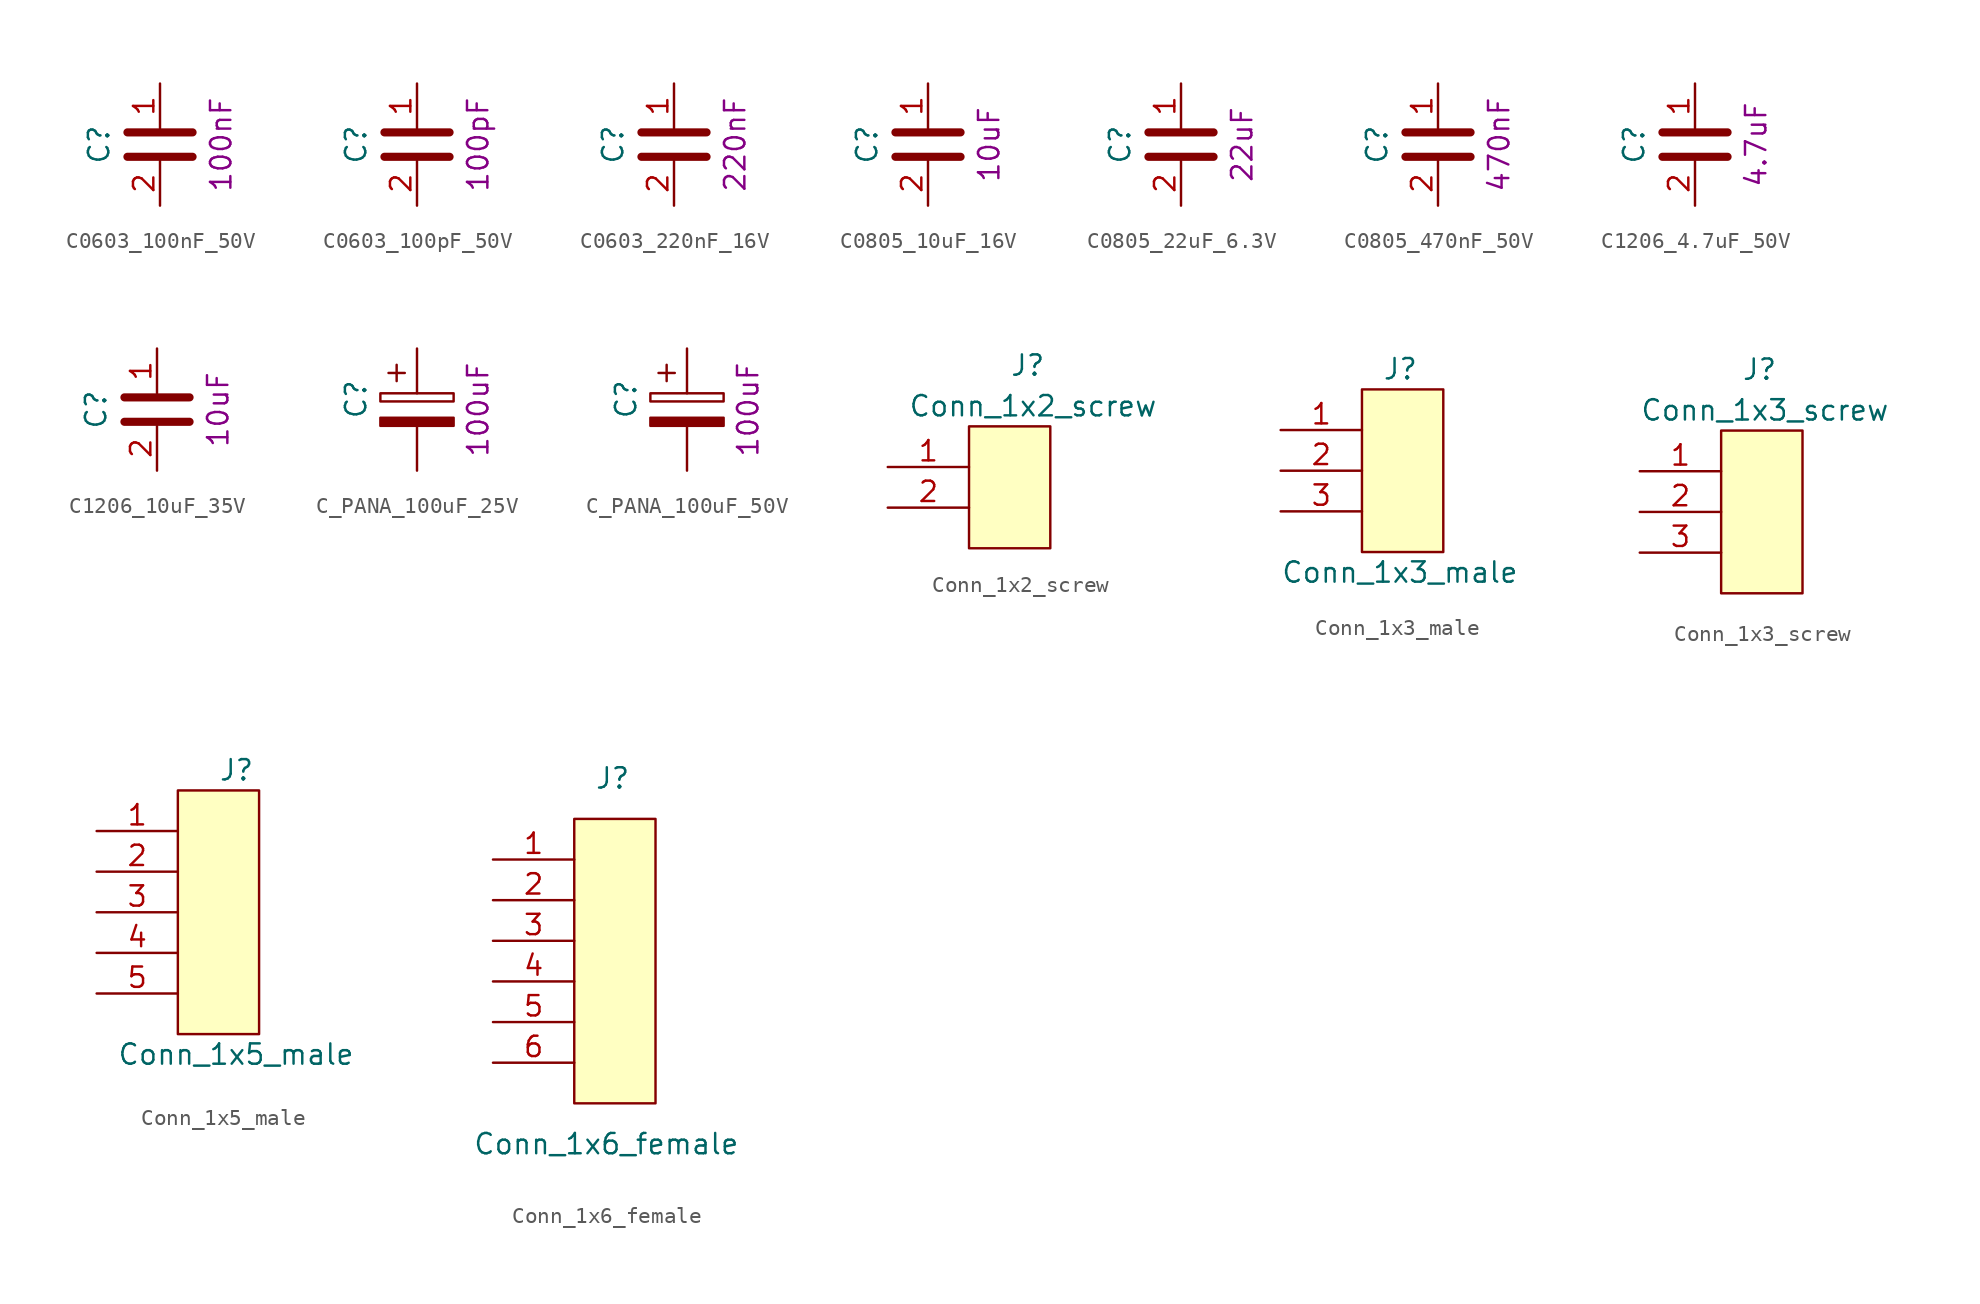
<source format=kicad_sym>
(kicad_symbol_lib
  (version 20220914)
  (generator kicad_symbol_editor)
  (symbol "C0603_100nF_50V"
    (pin_names
      (offset 1.016))
    (property "Reference" "C"
      (at -3.81 0 90)
      (effects (font (size 1.27 1.27))))
    (property "Val" "100nF"
      (at 3.81 0 90)
      (effects (font (size 1.27 1.27))))
    (symbol "C0603_100nF_50V_1_1"
      (polyline (pts (xy -2.032 -0.762) (xy 2.032 -0.762)) (stroke (width 0.508) (type solid)) (fill (type none)))
      (polyline (pts (xy -2.032 0.762) (xy 2.032 0.762)) (stroke (width 0.508) (type solid)) (fill (type none)))
      (pin passive line (at 0 3.81 270) (length 2.794) (name "~" (effects (font (size 1.27 1.27)))) (number "1" (effects (font (size 1.27 1.27)))))
      (pin passive line (at 0 -3.81 90) (length 2.794) (name "~" (effects (font (size 1.27 1.27)))) (number "2" (effects (font (size 1.27 1.27)))))))
  (symbol "C0603_100pF_50V"
    (pin_names
      (offset 1.016))
    (property "Reference" "C"
      (at -3.81 0 90)
      (effects (font (size 1.27 1.27))))
    (property "Val" "100pF"
      (at 3.81 0 90)
      (effects (font (size 1.27 1.27))))
    (symbol "C0603_100pF_50V_1_1"
      (polyline (pts (xy -2.032 -0.762) (xy 2.032 -0.762)) (stroke (width 0.508) (type solid)) (fill (type none)))
      (polyline (pts (xy -2.032 0.762) (xy 2.032 0.762)) (stroke (width 0.508) (type solid)) (fill (type none)))
      (pin passive line (at 0 3.81 270) (length 2.794) (name "~" (effects (font (size 1.27 1.27)))) (number "1" (effects (font (size 1.27 1.27)))))
      (pin passive line (at 0 -3.81 90) (length 2.794) (name "~" (effects (font (size 1.27 1.27)))) (number "2" (effects (font (size 1.27 1.27)))))))
  (symbol "C0603_220nF_16V"
    (pin_names
      (offset 1.016))
    (property "Reference" "C"
      (at -3.81 0 90)
      (effects (font (size 1.27 1.27))))
    (property "Val" "220nF"
      (at 3.81 0 90)
      (effects (font (size 1.27 1.27))))
    (symbol "C0603_220nF_16V_1_1"
      (polyline (pts (xy -2.032 -0.762) (xy 2.032 -0.762)) (stroke (width 0.508) (type solid)) (fill (type none)))
      (polyline (pts (xy -2.032 0.762) (xy 2.032 0.762)) (stroke (width 0.508) (type solid)) (fill (type none)))
      (pin passive line (at 0 3.81 270) (length 2.794) (name "~" (effects (font (size 1.27 1.27)))) (number "1" (effects (font (size 1.27 1.27)))))
      (pin passive line (at 0 -3.81 90) (length 2.794) (name "~" (effects (font (size 1.27 1.27)))) (number "2" (effects (font (size 1.27 1.27)))))))
  (symbol "C0805_10uF_16V"
    (pin_names
      (offset 1.016))
    (property "Reference" "C"
      (at -3.81 0 90)
      (effects (font (size 1.27 1.27))))
    (property "Val" "10uF"
      (at 3.81 0 90)
      (effects (font (size 1.27 1.27))))
    (symbol "C0805_10uF_16V_1_1"
      (polyline (pts (xy -2.032 -0.762) (xy 2.032 -0.762)) (stroke (width 0.508) (type solid)) (fill (type none)))
      (polyline (pts (xy -2.032 0.762) (xy 2.032 0.762)) (stroke (width 0.508) (type solid)) (fill (type none)))
      (pin passive line (at 0 3.81 270) (length 2.794) (name "~" (effects (font (size 1.27 1.27)))) (number "1" (effects (font (size 1.27 1.27)))))
      (pin passive line (at 0 -3.81 90) (length 2.794) (name "~" (effects (font (size 1.27 1.27)))) (number "2" (effects (font (size 1.27 1.27)))))))
  (symbol "C0805_22uF_6.3V"
    (pin_names
      (offset 1.016))
    (property "Reference" "C"
      (at -3.81 0 90)
      (effects (font (size 1.27 1.27))))
    (property "Val" "22uF"
      (at 3.81 0 90)
      (effects (font (size 1.27 1.27))))
    (symbol "C0805_22uF_6.3V_1_1"
      (polyline (pts (xy -2.032 -0.762) (xy 2.032 -0.762)) (stroke (width 0.508) (type solid)) (fill (type none)))
      (polyline (pts (xy -2.032 0.762) (xy 2.032 0.762)) (stroke (width 0.508) (type solid)) (fill (type none)))
      (pin passive line (at 0 3.81 270) (length 2.794) (name "~" (effects (font (size 1.27 1.27)))) (number "1" (effects (font (size 1.27 1.27)))))
      (pin passive line (at 0 -3.81 90) (length 2.794) (name "~" (effects (font (size 1.27 1.27)))) (number "2" (effects (font (size 1.27 1.27)))))))
  (symbol "C0805_470nF_50V"
    (pin_names
      (offset 1.016))
    (property "Reference" "C"
      (at -3.81 0 90)
      (effects (font (size 1.27 1.27))))
    (property "Val" "470nF"
      (at 3.81 0 90)
      (effects (font (size 1.27 1.27))))
    (symbol "C0805_470nF_50V_1_1"
      (polyline (pts (xy -2.032 -0.762) (xy 2.032 -0.762)) (stroke (width 0.508) (type solid)) (fill (type none)))
      (polyline (pts (xy -2.032 0.762) (xy 2.032 0.762)) (stroke (width 0.508) (type solid)) (fill (type none)))
      (pin passive line (at 0 3.81 270) (length 2.794) (name "~" (effects (font (size 1.27 1.27)))) (number "1" (effects (font (size 1.27 1.27)))))
      (pin passive line (at 0 -3.81 90) (length 2.794) (name "~" (effects (font (size 1.27 1.27)))) (number "2" (effects (font (size 1.27 1.27)))))))
  (symbol "C1206_4.7uF_50V"
    (pin_names
      (offset 1.016))
    (property "Reference" "C"
      (at -3.81 0 90)
      (effects (font (size 1.27 1.27))))
    (property "Val" "4.7uF"
      (at 3.81 0 90)
      (effects (font (size 1.27 1.27))))
    (symbol "C1206_4.7uF_50V_1_1"
      (polyline (pts (xy -2.032 -0.762) (xy 2.032 -0.762)) (stroke (width 0.508) (type solid)) (fill (type none)))
      (polyline (pts (xy -2.032 0.762) (xy 2.032 0.762)) (stroke (width 0.508) (type solid)) (fill (type none)))
      (pin passive line (at 0 3.81 270) (length 2.794) (name "~" (effects (font (size 1.27 1.27)))) (number "1" (effects (font (size 1.27 1.27)))))
      (pin passive line (at 0 -3.81 90) (length 2.794) (name "~" (effects (font (size 1.27 1.27)))) (number "2" (effects (font (size 1.27 1.27)))))))
  (symbol "C1206_10uF_35V"
    (pin_names
      (offset 1.016))
    (property "Reference" "C"
      (at -3.81 0 90)
      (effects (font (size 1.27 1.27))))
    (property "Val" "10uF"
      (at 3.81 0 90)
      (effects (font (size 1.27 1.27))))
    (symbol "C1206_10uF_35V_1_1"
      (polyline (pts (xy -2.032 -0.762) (xy 2.032 -0.762)) (stroke (width 0.508) (type solid)) (fill (type none)))
      (polyline (pts (xy -2.032 0.762) (xy 2.032 0.762)) (stroke (width 0.508) (type solid)) (fill (type none)))
      (pin passive line (at 0 3.81 270) (length 2.794) (name "~" (effects (font (size 1.27 1.27)))) (number "1" (effects (font (size 1.27 1.27)))))
      (pin passive line (at 0 -3.81 90) (length 2.794) (name "~" (effects (font (size 1.27 1.27)))) (number "2" (effects (font (size 1.27 1.27)))))))
  (symbol "C_PANA_100uF_25V"
    (pin_numbers hide)
    (pin_names
      (offset 0.254))
    (property "Reference" "C"
      (at -3.81 -0.635 90)
      (effects (font (size 1.27 1.27)) (justify left)))
    (property "Val" "100uF"
      (at 3.81 0 90)
      (effects (font (size 1.27 1.27))))
    (symbol "C_PANA_100uF_25V_0_1"
      (rectangle (start -2.286 0.508) (end 2.286 1.016) (stroke (width 0) (type solid)) (fill (type none)))
      (polyline (pts (xy -1.778 2.286) (xy -0.762 2.286)) (stroke (width 0) (type solid)) (fill (type none)))
      (polyline (pts (xy -1.27 2.794) (xy -1.27 1.778)) (stroke (width 0) (type solid)) (fill (type none)))
      (rectangle (start 2.286 -0.508) (end -2.286 -1.016) (stroke (width 0) (type solid)) (fill (type outline))))
    (symbol "C_PANA_100uF_25V_1_1"
      (pin passive line (at 0 3.81 270) (length 2.794) (name "~" (effects (font (size 1.27 1.27)))) (number "1" (effects (font (size 1.27 1.27)))))
      (pin passive line (at 0 -3.81 90) (length 2.794) (name "~" (effects (font (size 1.27 1.27)))) (number "2" (effects (font (size 1.27 1.27)))))))
  (symbol "C_PANA_100uF_50V"
    (pin_numbers hide)
    (pin_names
      (offset 0.254))
    (property "Reference" "C"
      (at -3.81 -0.635 90)
      (effects (font (size 1.27 1.27)) (justify left)))
    (property "Val" "100uF"
      (at 3.81 0 90)
      (effects (font (size 1.27 1.27))))
    (symbol "C_PANA_100uF_50V_0_1"
      (rectangle (start -2.286 0.508) (end 2.286 1.016) (stroke (width 0) (type solid)) (fill (type none)))
      (polyline (pts (xy -1.778 2.286) (xy -0.762 2.286)) (stroke (width 0) (type solid)) (fill (type none)))
      (polyline (pts (xy -1.27 2.794) (xy -1.27 1.778)) (stroke (width 0) (type solid)) (fill (type none)))
      (rectangle (start 2.286 -0.508) (end -2.286 -1.016) (stroke (width 0) (type solid)) (fill (type outline))))
    (symbol "C_PANA_100uF_50V_1_1"
      (pin passive line (at 0 3.81 270) (length 2.794) (name "~" (effects (font (size 1.27 1.27)))) (number "1" (effects (font (size 1.27 1.27)))))
      (pin passive line (at 0 -3.81 90) (length 2.794) (name "~" (effects (font (size 1.27 1.27)))) (number "2" (effects (font (size 1.27 1.27)))))))
  (symbol "Conn_1x2_screw"
    (pin_names
      (offset 0.762))
    (property "Reference" "J"
      (at 7.62 6.35 0)
      (effects (font (size 1.27 1.27)) (justify left)))
    (property "Value" "Conn_1x2_screw"
      (at 1.27 3.81 0)
      (effects (font (size 1.27 1.27)) (justify left)))
    (symbol "Conn_1x2_screw_0_0"
      (pin passive line (at 0 0 0) (length 5.08) (name "~" (effects (font (size 1.27 1.27)))) (number "1" (effects (font (size 1.27 1.27)))))
      (pin passive line (at 0 -2.54 0) (length 5.08) (name "~" (effects (font (size 1.27 1.27)))) (number "2" (effects (font (size 1.27 1.27))))))
    (symbol "Conn_1x2_screw_0_1"
      (polyline (pts (xy 5.08 2.54) (xy 10.16 2.54) (xy 10.16 -5.08) (xy 5.08 -5.08) (xy 5.08 2.54)) (stroke (width 0.152) (type solid)) (fill (type background)))))
  (symbol "Conn_1x3_male"
    (pin_names
      (offset 0.762))
    (property "Reference" "J"
      (at 6.35 3.81 0)
      (effects (font (size 1.27 1.27)) (justify left)))
    (property "Value" "Conn_1x3_male"
      (at 0 -8.89 0)
      (effects (font (size 1.27 1.27)) (justify left)))
    (symbol "Conn_1x3_male_0_0"
      (pin passive line (at 0 0 0) (length 5.08) (name "~" (effects (font (size 1.27 1.27)))) (number "1" (effects (font (size 1.27 1.27)))))
      (pin passive line (at 0 -2.54 0) (length 5.08) (name "~" (effects (font (size 1.27 1.27)))) (number "2" (effects (font (size 1.27 1.27)))))
      (pin passive line (at 0 -5.08 0) (length 5.08) (name "~" (effects (font (size 1.27 1.27)))) (number "3" (effects (font (size 1.27 1.27))))))
    (symbol "Conn_1x3_male_0_1"
      (polyline (pts (xy 5.08 2.54) (xy 10.16 2.54) (xy 10.16 -7.62) (xy 5.08 -7.62) (xy 5.08 2.54)) (stroke (width 0.152) (type solid)) (fill (type background)))))
  (symbol "Conn_1x3_screw"
    (pin_names
      (offset 0.762))
    (property "Reference" "J"
      (at 6.35 6.35 0)
      (effects (font (size 1.27 1.27)) (justify left)))
    (property "Value" "Conn_1x3_screw"
      (at 0 3.81 0)
      (effects (font (size 1.27 1.27)) (justify left)))
    (symbol "Conn_1x3_screw_0_0"
      (pin passive line (at 0 0 0) (length 5.08) (name "~" (effects (font (size 1.27 1.27)))) (number "1" (effects (font (size 1.27 1.27)))))
      (pin passive line (at 0 -2.54 0) (length 5.08) (name "~" (effects (font (size 1.27 1.27)))) (number "2" (effects (font (size 1.27 1.27)))))
      (pin passive line (at 0 -5.08 0) (length 5.08) (name "~" (effects (font (size 1.27 1.27)))) (number "3" (effects (font (size 1.27 1.27))))))
    (symbol "Conn_1x3_screw_0_1"
      (polyline (pts (xy 5.08 2.54) (xy 10.16 2.54) (xy 10.16 -7.62) (xy 5.08 -7.62) (xy 5.08 2.54)) (stroke (width 0.152) (type solid)) (fill (type background)))))
  (symbol "Conn_1x5_male"
    (pin_names
      (offset 0.762))
    (property "Reference" "J"
      (at 7.62 3.81 0)
      (effects (font (size 1.27 1.27)) (justify left)))
    (property "Value" "Conn_1x5_male"
      (at 1.27 -13.97 0)
      (effects (font (size 1.27 1.27)) (justify left)))
    (symbol "Conn_1x5_male_0_0"
      (pin passive line (at 0 0 0) (length 5.08) (name "~" (effects (font (size 1.27 1.27)))) (number "1" (effects (font (size 1.27 1.27)))))
      (pin passive line (at 0 -2.54 0) (length 5.08) (name "~" (effects (font (size 1.27 1.27)))) (number "2" (effects (font (size 1.27 1.27)))))
      (pin passive line (at 0 -5.08 0) (length 5.08) (name "~" (effects (font (size 1.27 1.27)))) (number "3" (effects (font (size 1.27 1.27)))))
      (pin passive line (at 0 -7.62 0) (length 5.08) (name "~" (effects (font (size 1.27 1.27)))) (number "4" (effects (font (size 1.27 1.27)))))
      (pin passive line (at 0 -10.16 0) (length 5.08) (name "~" (effects (font (size 1.27 1.27)))) (number "5" (effects (font (size 1.27 1.27))))))
    (symbol "Conn_1x5_male_0_1"
      (polyline (pts (xy 5.08 2.54) (xy 10.16 2.54) (xy 10.16 -12.7) (xy 5.08 -12.7) (xy 5.08 2.54)) (stroke (width 0.152) (type solid)) (fill (type background)))))
  (symbol "Conn_1x6_female"
    (pin_names
      (offset 0.762))
    (property "Reference" "J"
      (at 6.35 5.08 0)
      (effects (font (size 1.27 1.27)) (justify left)))
    (property "Value" "Conn_1x6_female"
      (at -1.27 -17.78 0)
      (effects (font (size 1.27 1.27)) (justify left)))
    (symbol "Conn_1x6_female_0_0"
      (pin passive line (at 0 0 0) (length 5.08) (name "~" (effects (font (size 1.27 1.27)))) (number "1" (effects (font (size 1.27 1.27)))))
      (pin passive line (at 0 -2.54 0) (length 5.08) (name "~" (effects (font (size 1.27 1.27)))) (number "2" (effects (font (size 1.27 1.27)))))
      (pin passive line (at 0 -5.08 0) (length 5.08) (name "~" (effects (font (size 1.27 1.27)))) (number "3" (effects (font (size 1.27 1.27)))))
      (pin passive line (at 0 -7.62 0) (length 5.08) (name "~" (effects (font (size 1.27 1.27)))) (number "4" (effects (font (size 1.27 1.27)))))
      (pin passive line (at 0 -10.16 0) (length 5.08) (name "~" (effects (font (size 1.27 1.27)))) (number "5" (effects (font (size 1.27 1.27)))))
      (pin passive line (at 0 -12.7 0) (length 5.08) (name "~" (effects (font (size 1.27 1.27)))) (number "6" (effects (font (size 1.27 1.27))))))
    (symbol "Conn_1x6_female_0_1"
      (polyline (pts (xy 5.08 2.54) (xy 10.16 2.54) (xy 10.16 -15.24) (xy 5.08 -15.24) (xy 5.08 2.54)) (stroke (width 0.152) (type solid)) (fill (type background))))))
</source>
